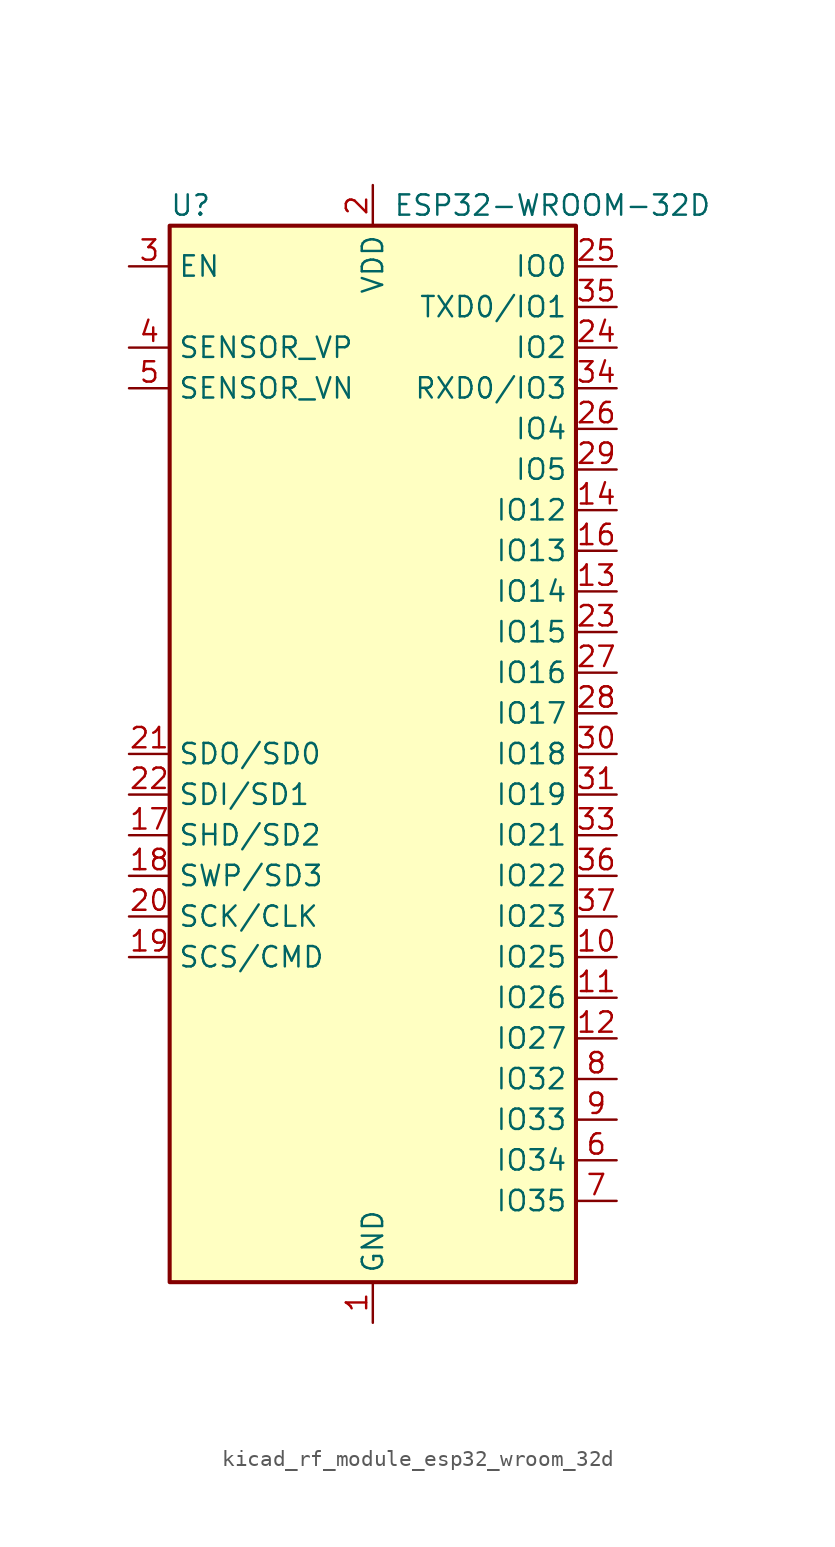
<source format=kicad_sym>
(kicad_symbol_lib
  (version 20220914)
  (generator kicad_symbol_editor)
  (symbol "kicad_rf_module_esp32_wroom_32d"
    (property "Reference" "U"
      (at -12.7 34.29 0)
      (effects (font (size 1.27 1.27)) (justify left)))
    (property "Value" "ESP32-WROOM-32D"
      (at 1.27 34.29 0)
      (effects (font (size 1.27 1.27)) (justify left)))
    (symbol "kicad_rf_module_esp32_wroom_32d_0_1"
      (rectangle (start -12.7 33.02) (end 12.7 -33.02) (stroke (width 0.254) (type default)) (fill (type background))))
    (symbol "kicad_rf_module_esp32_wroom_32d_1_1"
      (pin power_in line (at 0 -35.56 90) (length 2.54) (name "GND" (effects (font (size 1.27 1.27)))) (number "1" (effects (font (size 1.27 1.27)))))
      (pin bidirectional line (at 15.24 -12.7 180) (length 2.54) (name "IO25" (effects (font (size 1.27 1.27)))) (number "10" (effects (font (size 1.27 1.27)))))
      (pin bidirectional line (at 15.24 -15.24 180) (length 2.54) (name "IO26" (effects (font (size 1.27 1.27)))) (number "11" (effects (font (size 1.27 1.27)))))
      (pin bidirectional line (at 15.24 -17.78 180) (length 2.54) (name "IO27" (effects (font (size 1.27 1.27)))) (number "12" (effects (font (size 1.27 1.27)))))
      (pin bidirectional line (at 15.24 10.16 180) (length 2.54) (name "IO14" (effects (font (size 1.27 1.27)))) (number "13" (effects (font (size 1.27 1.27)))))
      (pin bidirectional line (at 15.24 15.24 180) (length 2.54) (name "IO12" (effects (font (size 1.27 1.27)))) (number "14" (effects (font (size 1.27 1.27)))))
      (pin passive line (at 0 -35.56 90) (length 2.54) hide (name "GND" (effects (font (size 1.27 1.27)))) (number "15" (effects (font (size 1.27 1.27)))))
      (pin bidirectional line (at 15.24 12.7 180) (length 2.54) (name "IO13" (effects (font (size 1.27 1.27)))) (number "16" (effects (font (size 1.27 1.27)))))
      (pin bidirectional line (at -15.24 -5.08 0) (length 2.54) (name "SHD/SD2" (effects (font (size 1.27 1.27)))) (number "17" (effects (font (size 1.27 1.27)))))
      (pin bidirectional line (at -15.24 -7.62 0) (length 2.54) (name "SWP/SD3" (effects (font (size 1.27 1.27)))) (number "18" (effects (font (size 1.27 1.27)))))
      (pin bidirectional line (at -15.24 -12.7 0) (length 2.54) (name "SCS/CMD" (effects (font (size 1.27 1.27)))) (number "19" (effects (font (size 1.27 1.27)))))
      (pin power_in line (at 0 35.56 270) (length 2.54) (name "VDD" (effects (font (size 1.27 1.27)))) (number "2" (effects (font (size 1.27 1.27)))))
      (pin bidirectional line (at -15.24 -10.16 0) (length 2.54) (name "SCK/CLK" (effects (font (size 1.27 1.27)))) (number "20" (effects (font (size 1.27 1.27)))))
      (pin bidirectional line (at -15.24 0 0) (length 2.54) (name "SDO/SD0" (effects (font (size 1.27 1.27)))) (number "21" (effects (font (size 1.27 1.27)))))
      (pin bidirectional line (at -15.24 -2.54 0) (length 2.54) (name "SDI/SD1" (effects (font (size 1.27 1.27)))) (number "22" (effects (font (size 1.27 1.27)))))
      (pin bidirectional line (at 15.24 7.62 180) (length 2.54) (name "IO15" (effects (font (size 1.27 1.27)))) (number "23" (effects (font (size 1.27 1.27)))))
      (pin bidirectional line (at 15.24 25.4 180) (length 2.54) (name "IO2" (effects (font (size 1.27 1.27)))) (number "24" (effects (font (size 1.27 1.27)))))
      (pin bidirectional line (at 15.24 30.48 180) (length 2.54) (name "IO0" (effects (font (size 1.27 1.27)))) (number "25" (effects (font (size 1.27 1.27)))))
      (pin bidirectional line (at 15.24 20.32 180) (length 2.54) (name "IO4" (effects (font (size 1.27 1.27)))) (number "26" (effects (font (size 1.27 1.27)))))
      (pin bidirectional line (at 15.24 5.08 180) (length 2.54) (name "IO16" (effects (font (size 1.27 1.27)))) (number "27" (effects (font (size 1.27 1.27)))))
      (pin bidirectional line (at 15.24 2.54 180) (length 2.54) (name "IO17" (effects (font (size 1.27 1.27)))) (number "28" (effects (font (size 1.27 1.27)))))
      (pin bidirectional line (at 15.24 17.78 180) (length 2.54) (name "IO5" (effects (font (size 1.27 1.27)))) (number "29" (effects (font (size 1.27 1.27)))))
      (pin input line (at -15.24 30.48 0) (length 2.54) (name "EN" (effects (font (size 1.27 1.27)))) (number "3" (effects (font (size 1.27 1.27)))))
      (pin bidirectional line (at 15.24 0 180) (length 2.54) (name "IO18" (effects (font (size 1.27 1.27)))) (number "30" (effects (font (size 1.27 1.27)))))
      (pin bidirectional line (at 15.24 -2.54 180) (length 2.54) (name "IO19" (effects (font (size 1.27 1.27)))) (number "31" (effects (font (size 1.27 1.27)))))
      (pin no_connect line (at -12.7 -27.94 0) (length 2.54) hide (name "NC" (effects (font (size 1.27 1.27)))) (number "32" (effects (font (size 1.27 1.27)))))
      (pin bidirectional line (at 15.24 -5.08 180) (length 2.54) (name "IO21" (effects (font (size 1.27 1.27)))) (number "33" (effects (font (size 1.27 1.27)))))
      (pin bidirectional line (at 15.24 22.86 180) (length 2.54) (name "RXD0/IO3" (effects (font (size 1.27 1.27)))) (number "34" (effects (font (size 1.27 1.27)))))
      (pin bidirectional line (at 15.24 27.94 180) (length 2.54) (name "TXD0/IO1" (effects (font (size 1.27 1.27)))) (number "35" (effects (font (size 1.27 1.27)))))
      (pin bidirectional line (at 15.24 -7.62 180) (length 2.54) (name "IO22" (effects (font (size 1.27 1.27)))) (number "36" (effects (font (size 1.27 1.27)))))
      (pin bidirectional line (at 15.24 -10.16 180) (length 2.54) (name "IO23" (effects (font (size 1.27 1.27)))) (number "37" (effects (font (size 1.27 1.27)))))
      (pin passive line (at 0 -35.56 90) (length 2.54) hide (name "GND" (effects (font (size 1.27 1.27)))) (number "38" (effects (font (size 1.27 1.27)))))
      (pin passive line (at 0 -35.56 90) (length 2.54) hide (name "GND" (effects (font (size 1.27 1.27)))) (number "39" (effects (font (size 1.27 1.27)))))
      (pin input line (at -15.24 25.4 0) (length 2.54) (name "SENSOR_VP" (effects (font (size 1.27 1.27)))) (number "4" (effects (font (size 1.27 1.27)))))
      (pin input line (at -15.24 22.86 0) (length 2.54) (name "SENSOR_VN" (effects (font (size 1.27 1.27)))) (number "5" (effects (font (size 1.27 1.27)))))
      (pin input line (at 15.24 -25.4 180) (length 2.54) (name "IO34" (effects (font (size 1.27 1.27)))) (number "6" (effects (font (size 1.27 1.27)))))
      (pin input line (at 15.24 -27.94 180) (length 2.54) (name "IO35" (effects (font (size 1.27 1.27)))) (number "7" (effects (font (size 1.27 1.27)))))
      (pin bidirectional line (at 15.24 -20.32 180) (length 2.54) (name "IO32" (effects (font (size 1.27 1.27)))) (number "8" (effects (font (size 1.27 1.27)))))
      (pin bidirectional line (at 15.24 -22.86 180) (length 2.54) (name "IO33" (effects (font (size 1.27 1.27)))) (number "9" (effects (font (size 1.27 1.27))))))))
</source>
